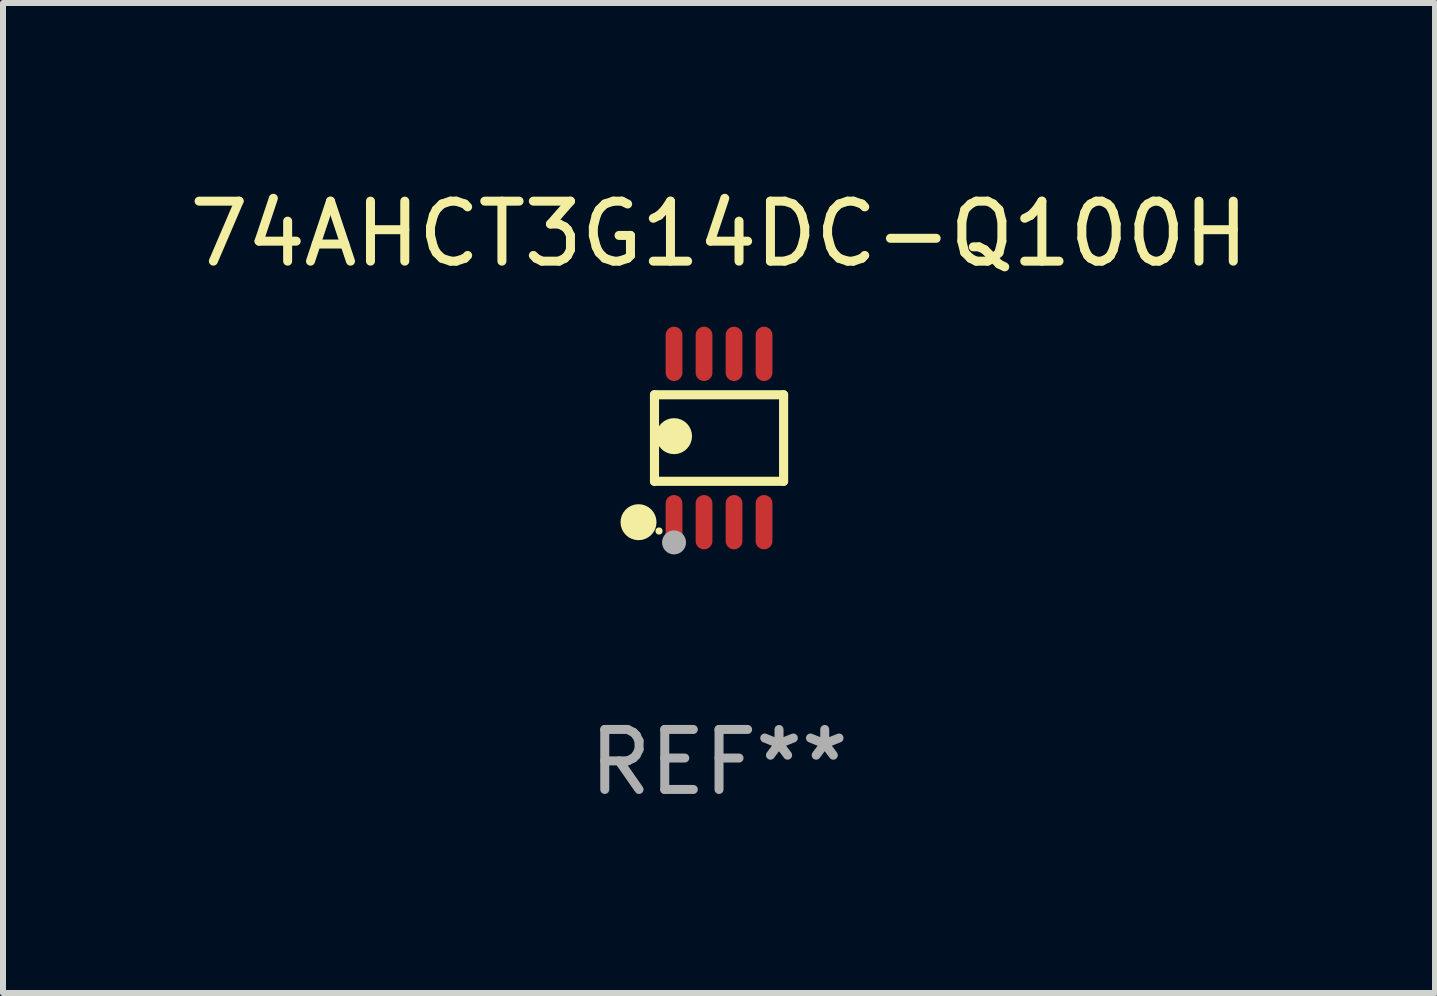
<source format=kicad_pcb>
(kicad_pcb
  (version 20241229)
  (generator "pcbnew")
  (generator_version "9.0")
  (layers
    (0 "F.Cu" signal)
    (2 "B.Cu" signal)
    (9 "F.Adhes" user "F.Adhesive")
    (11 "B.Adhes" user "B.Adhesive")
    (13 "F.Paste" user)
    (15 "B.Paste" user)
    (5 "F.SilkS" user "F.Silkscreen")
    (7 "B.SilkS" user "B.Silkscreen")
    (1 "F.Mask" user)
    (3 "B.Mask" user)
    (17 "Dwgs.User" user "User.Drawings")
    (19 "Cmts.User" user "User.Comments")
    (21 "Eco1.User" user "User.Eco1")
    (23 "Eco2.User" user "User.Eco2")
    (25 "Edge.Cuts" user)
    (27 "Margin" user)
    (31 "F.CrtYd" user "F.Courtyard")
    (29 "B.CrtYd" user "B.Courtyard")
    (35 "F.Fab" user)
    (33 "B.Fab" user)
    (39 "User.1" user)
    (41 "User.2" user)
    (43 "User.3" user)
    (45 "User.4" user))
  (footprint "74AHCT3G14DC-Q100H"
    (layer "F.Cu")
    (at 8.935 4.251)
    (property "Reference" "74AHCT3G14DC-Q100H" (at 0 -3.403 0) (layer "F.SilkS") (effects (font (size 1 1) (thickness 0.15))))
    (attr through_hole)
    (fp_line (start -1.076 -0.721) (end 1.076 -0.721) (stroke (width 0.152) (type solid)) (layer "F.SilkS"))
    (fp_line (start -1.076 0.721) (end -1.076 -0.721) (stroke (width 0.152) (type solid)) (layer "F.SilkS"))
    (fp_line (start 1.076 -0.721) (end 1.076 0.721) (stroke (width 0.152) (type solid)) (layer "F.SilkS"))
    (fp_line (start 1.076 0.721) (end -1.076 0.721) (stroke (width 0.152) (type solid)) (layer "F.SilkS"))
    (fp_circle (center -1.342 1.403) (end -1.192 1.403) (stroke (width 0.3) (type solid)) (fill no) (layer "F.SilkS"))
    (fp_circle (center -1 1.55) (end -0.97 1.55) (stroke (width 0.06) (type solid)) (fill no) (layer "F.SilkS"))
    (fp_circle (center -0.75 -0.031) (end -0.6 -0.031) (stroke (width 0.3) (type solid)) (fill no) (layer "F.SilkS"))
    (fp_circle (center -0.75 1.74) (end -0.65 1.74) (stroke (width 0.2) (type solid)) (fill no) (layer "F.Fab"))
    (fp_text user "REF**" (at 0 5.403 0) (layer "F.Fab") (effects (font (size 1 1) (thickness 0.15))))
    (pad "1" smd oval (at -0.75 1.403) (size 0.28 0.905) (layers "F.Cu" "F.Mask" "F.Paste"))
    (pad "2" smd oval (at -0.25 1.403) (size 0.28 0.905) (layers "F.Cu" "F.Mask" "F.Paste"))
    (pad "3" smd oval (at 0.25 1.403) (size 0.28 0.905) (layers "F.Cu" "F.Mask" "F.Paste"))
    (pad "4" smd oval (at 0.75 1.403) (size 0.28 0.905) (layers "F.Cu" "F.Mask" "F.Paste"))
    (pad "5" smd oval (at 0.75 -1.403) (size 0.28 0.905) (layers "F.Cu" "F.Mask" "F.Paste"))
    (pad "6" smd oval (at 0.25 -1.403) (size 0.28 0.905) (layers "F.Cu" "F.Mask" "F.Paste"))
    (pad "7" smd oval (at -0.25 -1.403) (size 0.28 0.905) (layers "F.Cu" "F.Mask" "F.Paste"))
    (pad "8" smd oval (at -0.75 -1.403) (size 0.28 0.905) (layers "F.Cu" "F.Mask" "F.Paste")))
  (gr_rect
    (start -3 -3)
    (end 20.869 13.502)
    (stroke (width 0.1) (type default))
    (fill no)
    (layer "Edge.Cuts")))
</source>
